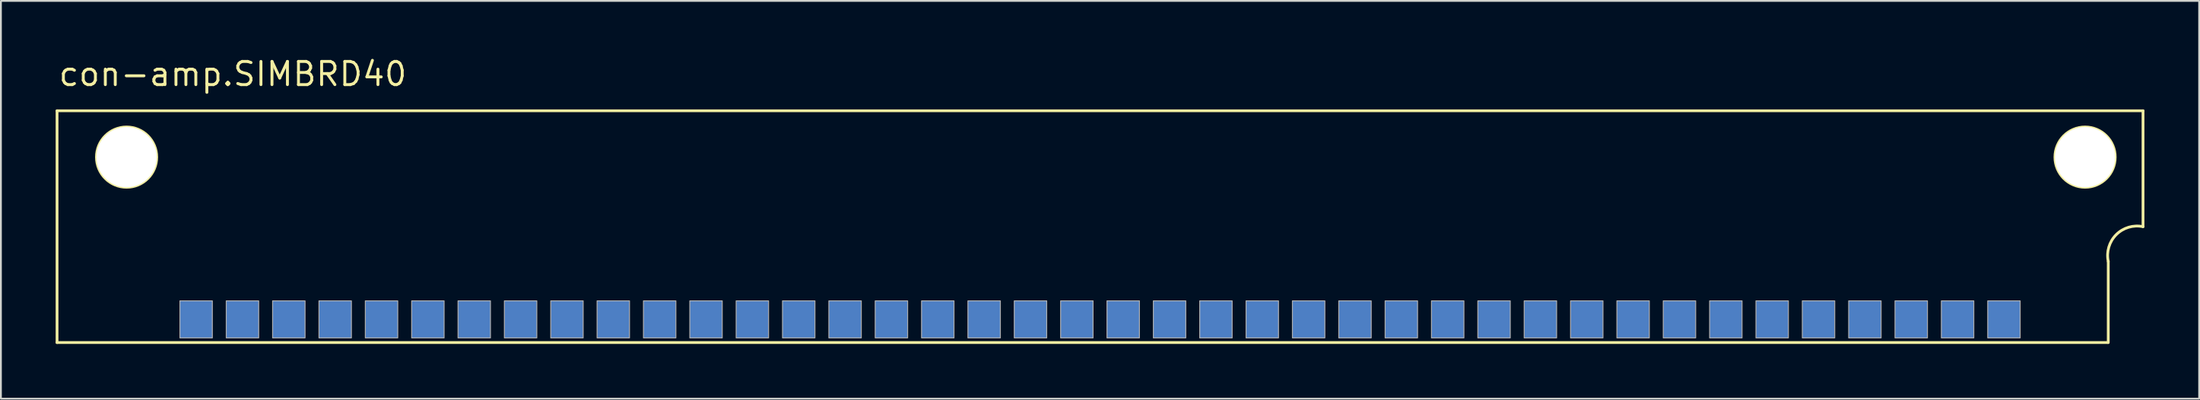
<source format=kicad_pcb>
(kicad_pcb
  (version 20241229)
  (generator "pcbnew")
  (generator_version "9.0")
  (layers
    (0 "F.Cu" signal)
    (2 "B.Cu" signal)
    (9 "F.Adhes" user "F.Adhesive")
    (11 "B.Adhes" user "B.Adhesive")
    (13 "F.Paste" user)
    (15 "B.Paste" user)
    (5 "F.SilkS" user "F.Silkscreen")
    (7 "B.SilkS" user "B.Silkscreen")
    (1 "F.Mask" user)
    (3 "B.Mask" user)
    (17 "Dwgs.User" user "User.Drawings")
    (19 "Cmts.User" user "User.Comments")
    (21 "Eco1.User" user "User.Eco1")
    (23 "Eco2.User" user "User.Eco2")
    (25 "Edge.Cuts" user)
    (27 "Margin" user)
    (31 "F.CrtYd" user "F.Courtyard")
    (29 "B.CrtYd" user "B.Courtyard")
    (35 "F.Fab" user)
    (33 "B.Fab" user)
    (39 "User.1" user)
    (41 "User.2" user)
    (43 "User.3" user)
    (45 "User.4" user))
  (footprint "con-amp.SIMBRD40"
    (layer "B.Cu")
    (at 57.226 8.1)
    (property "Reference" "con-amp.SIMBRD40" (at -57.15 -6.35 0) (layer "F.SilkS") (effects (font (size 1.27 1.27) (thickness 0.16)) (justify left bottom)))
    (attr smd)
    (fp_line (start -57.15 -5.08) (end -57.15 7.62) (stroke (width 0.152) (type default)) (layer "F.SilkS"))
    (fp_line (start -57.15 -5.08) (end 57.15 -5.08) (stroke (width 0.152) (type default)) (layer "F.SilkS"))
    (fp_line (start -57.15 7.62) (end 55.22 7.62) (stroke (width 0.152) (type default)) (layer "F.SilkS"))
    (fp_line (start 55.245 7.62) (end 55.245 3.175) (stroke (width 0.152) (type default)) (layer "F.SilkS"))
    (fp_line (start 57.15 -5.08) (end 57.15 1.27) (stroke (width 0.152) (type default)) (layer "F.SilkS"))
    (fp_arc (start 55.245 3.175) (mid 55.682033 1.707033) (end 57.15 1.27) (stroke (width 0.1524) (type default)) (layer "F.SilkS"))
    (fp_circle (center -53.34 -2.54) (end -51.689 -2.54) (stroke (width 0.152) (type default)) (fill no) (layer "F.SilkS"))
    (fp_circle (center 53.975 -2.54) (end 55.626 -2.54) (stroke (width 0.152) (type default)) (fill no) (layer "F.SilkS"))
    (fp_rect (start -50.419 7.366) (end -48.641 5.334) (stroke (width 0.05) (type default)) (fill no) (layer "F.Fab"))
    (fp_rect (start -47.879 7.366) (end -46.101 5.334) (stroke (width 0.05) (type default)) (fill no) (layer "F.Fab"))
    (fp_rect (start -45.339 7.366) (end -43.561 5.334) (stroke (width 0.05) (type default)) (fill no) (layer "F.Fab"))
    (fp_rect (start -42.799 7.366) (end -41.021 5.334) (stroke (width 0.05) (type default)) (fill no) (layer "F.Fab"))
    (fp_rect (start -40.259 7.366) (end -38.481 5.334) (stroke (width 0.05) (type default)) (fill no) (layer "F.Fab"))
    (fp_rect (start -37.719 7.366) (end -35.941 5.334) (stroke (width 0.05) (type default)) (fill no) (layer "F.Fab"))
    (fp_rect (start -35.179 7.366) (end -33.401 5.334) (stroke (width 0.05) (type default)) (fill no) (layer "F.Fab"))
    (fp_rect (start -32.639 7.366) (end -30.861 5.334) (stroke (width 0.05) (type default)) (fill no) (layer "F.Fab"))
    (fp_rect (start -30.099 7.366) (end -28.321 5.334) (stroke (width 0.05) (type default)) (fill no) (layer "F.Fab"))
    (fp_rect (start -27.559 7.366) (end -25.781 5.334) (stroke (width 0.05) (type default)) (fill no) (layer "F.Fab"))
    (fp_rect (start -25.019 7.366) (end -23.241 5.334) (stroke (width 0.05) (type default)) (fill no) (layer "F.Fab"))
    (fp_rect (start -22.479 7.366) (end -20.701 5.334) (stroke (width 0.05) (type default)) (fill no) (layer "F.Fab"))
    (fp_rect (start -19.939 7.366) (end -18.161 5.334) (stroke (width 0.05) (type default)) (fill no) (layer "F.Fab"))
    (fp_rect (start -17.399 7.366) (end -15.621 5.334) (stroke (width 0.05) (type default)) (fill no) (layer "F.Fab"))
    (fp_rect (start -14.859 7.366) (end -13.081 5.334) (stroke (width 0.05) (type default)) (fill no) (layer "F.Fab"))
    (fp_rect (start -12.319 7.366) (end -10.541 5.334) (stroke (width 0.05) (type default)) (fill no) (layer "F.Fab"))
    (fp_rect (start -9.779 7.366) (end -8.001 5.334) (stroke (width 0.05) (type default)) (fill no) (layer "F.Fab"))
    (fp_rect (start -7.239 7.366) (end -5.461 5.334) (stroke (width 0.05) (type default)) (fill no) (layer "F.Fab"))
    (fp_rect (start -4.699 7.366) (end -2.921 5.334) (stroke (width 0.05) (type default)) (fill no) (layer "F.Fab"))
    (fp_rect (start -2.159 7.366) (end -0.381 5.334) (stroke (width 0.05) (type default)) (fill no) (layer "F.Fab"))
    (fp_rect (start 0.381 7.366) (end 2.159 5.334) (stroke (width 0.05) (type default)) (fill no) (layer "F.Fab"))
    (fp_rect (start 2.921 7.366) (end 4.699 5.334) (stroke (width 0.05) (type default)) (fill no) (layer "F.Fab"))
    (fp_rect (start 5.461 7.366) (end 7.239 5.334) (stroke (width 0.05) (type default)) (fill no) (layer "F.Fab"))
    (fp_rect (start 8.001 7.366) (end 9.779 5.334) (stroke (width 0.05) (type default)) (fill no) (layer "F.Fab"))
    (fp_rect (start 10.541 7.366) (end 12.319 5.334) (stroke (width 0.05) (type default)) (fill no) (layer "F.Fab"))
    (fp_rect (start 13.081 7.366) (end 14.859 5.334) (stroke (width 0.05) (type default)) (fill no) (layer "F.Fab"))
    (fp_rect (start 15.621 7.366) (end 17.399 5.334) (stroke (width 0.05) (type default)) (fill no) (layer "F.Fab"))
    (fp_rect (start 18.161 7.366) (end 19.939 5.334) (stroke (width 0.05) (type default)) (fill no) (layer "F.Fab"))
    (fp_rect (start 20.701 7.366) (end 22.479 5.334) (stroke (width 0.05) (type default)) (fill no) (layer "F.Fab"))
    (fp_rect (start 23.241 7.366) (end 25.019 5.334) (stroke (width 0.05) (type default)) (fill no) (layer "F.Fab"))
    (fp_rect (start 25.781 7.366) (end 27.559 5.334) (stroke (width 0.05) (type default)) (fill no) (layer "F.Fab"))
    (fp_rect (start 28.321 7.366) (end 30.099 5.334) (stroke (width 0.05) (type default)) (fill no) (layer "F.Fab"))
    (fp_rect (start 30.861 7.366) (end 32.639 5.334) (stroke (width 0.05) (type default)) (fill no) (layer "F.Fab"))
    (fp_rect (start 33.401 7.366) (end 35.179 5.334) (stroke (width 0.05) (type default)) (fill no) (layer "F.Fab"))
    (fp_rect (start 35.941 7.366) (end 37.719 5.334) (stroke (width 0.05) (type default)) (fill no) (layer "F.Fab"))
    (fp_rect (start 38.481 7.366) (end 40.259 5.334) (stroke (width 0.05) (type default)) (fill no) (layer "F.Fab"))
    (fp_rect (start 41.021 7.366) (end 42.799 5.334) (stroke (width 0.05) (type default)) (fill no) (layer "F.Fab"))
    (fp_rect (start 43.561 7.366) (end 45.339 5.334) (stroke (width 0.05) (type default)) (fill no) (layer "F.Fab"))
    (fp_rect (start 46.101 7.366) (end 47.879 5.334) (stroke (width 0.05) (type default)) (fill no) (layer "F.Fab"))
    (fp_rect (start 48.641 7.366) (end 50.419 5.334) (stroke (width 0.05) (type default)) (fill no) (layer "F.Fab"))
    (pad "" np_thru_hole circle (at -53.34 -2.54) (size 3.302 3.302) (drill 3.302) (layers "*.Cu" "*.Mask"))
    (pad "" np_thru_hole circle (at 53.975 -2.54) (size 3.302 3.302) (drill 3.302) (layers "*.Cu" "*.Mask"))
    (pad "1B" smd roundrect (at 49.53 6.35) (size 1.778 2.032) (layers "B.Cu" "B.Mask" "B.Paste") (roundrect_rratio 0.01))
    (pad "1T" smd roundrect (at 49.53 6.35) (size 1.778 2.032) (layers "F.Cu" "F.Mask" "F.Paste") (roundrect_rratio 0.01))
    (pad "2B" smd roundrect (at 46.99 6.35) (size 1.778 2.032) (layers "B.Cu" "B.Mask" "B.Paste") (roundrect_rratio 0.01))
    (pad "2T" smd roundrect (at 46.99 6.35) (size 1.778 2.032) (layers "F.Cu" "F.Mask" "F.Paste") (roundrect_rratio 0.01))
    (pad "3B" smd roundrect (at 44.45 6.35) (size 1.778 2.032) (layers "B.Cu" "B.Mask" "B.Paste") (roundrect_rratio 0.01))
    (pad "3T" smd roundrect (at 44.45 6.35) (size 1.778 2.032) (layers "F.Cu" "F.Mask" "F.Paste") (roundrect_rratio 0.01))
    (pad "4B" smd roundrect (at 41.91 6.35) (size 1.778 2.032) (layers "B.Cu" "B.Mask" "B.Paste") (roundrect_rratio 0.01))
    (pad "4T" smd roundrect (at 41.91 6.35) (size 1.778 2.032) (layers "F.Cu" "F.Mask" "F.Paste") (roundrect_rratio 0.01))
    (pad "5B" smd roundrect (at 39.37 6.35) (size 1.778 2.032) (layers "B.Cu" "B.Mask" "B.Paste") (roundrect_rratio 0.01))
    (pad "5T" smd roundrect (at 39.37 6.35) (size 1.778 2.032) (layers "F.Cu" "F.Mask" "F.Paste") (roundrect_rratio 0.01))
    (pad "6B" smd roundrect (at 36.83 6.35) (size 1.778 2.032) (layers "B.Cu" "B.Mask" "B.Paste") (roundrect_rratio 0.01))
    (pad "6T" smd roundrect (at 36.83 6.35) (size 1.778 2.032) (layers "F.Cu" "F.Mask" "F.Paste") (roundrect_rratio 0.01))
    (pad "7B" smd roundrect (at 34.29 6.35) (size 1.778 2.032) (layers "B.Cu" "B.Mask" "B.Paste") (roundrect_rratio 0.01))
    (pad "7T" smd roundrect (at 34.29 6.35) (size 1.778 2.032) (layers "F.Cu" "F.Mask" "F.Paste") (roundrect_rratio 0.01))
    (pad "8B" smd roundrect (at 31.75 6.35) (size 1.778 2.032) (layers "B.Cu" "B.Mask" "B.Paste") (roundrect_rratio 0.01))
    (pad "8T" smd roundrect (at 31.75 6.35) (size 1.778 2.032) (layers "F.Cu" "F.Mask" "F.Paste") (roundrect_rratio 0.01))
    (pad "9B" smd roundrect (at 29.21 6.35) (size 1.778 2.032) (layers "B.Cu" "B.Mask" "B.Paste") (roundrect_rratio 0.01))
    (pad "9T" smd roundrect (at 29.21 6.35) (size 1.778 2.032) (layers "F.Cu" "F.Mask" "F.Paste") (roundrect_rratio 0.01))
    (pad "10B" smd roundrect (at 26.67 6.35) (size 1.778 2.032) (layers "B.Cu" "B.Mask" "B.Paste") (roundrect_rratio 0.01))
    (pad "10T" smd roundrect (at 26.67 6.35) (size 1.778 2.032) (layers "F.Cu" "F.Mask" "F.Paste") (roundrect_rratio 0.01))
    (pad "11B" smd roundrect (at 24.13 6.35) (size 1.778 2.032) (layers "B.Cu" "B.Mask" "B.Paste") (roundrect_rratio 0.01))
    (pad "11T" smd roundrect (at 24.13 6.35) (size 1.778 2.032) (layers "F.Cu" "F.Mask" "F.Paste") (roundrect_rratio 0.01))
    (pad "12B" smd roundrect (at 21.59 6.35) (size 1.778 2.032) (layers "B.Cu" "B.Mask" "B.Paste") (roundrect_rratio 0.01))
    (pad "12T" smd roundrect (at 21.59 6.35) (size 1.778 2.032) (layers "F.Cu" "F.Mask" "F.Paste") (roundrect_rratio 0.01))
    (pad "13B" smd roundrect (at 19.05 6.35) (size 1.778 2.032) (layers "B.Cu" "B.Mask" "B.Paste") (roundrect_rratio 0.01))
    (pad "13T" smd roundrect (at 19.05 6.35) (size 1.778 2.032) (layers "F.Cu" "F.Mask" "F.Paste") (roundrect_rratio 0.01))
    (pad "14B" smd roundrect (at 16.51 6.35) (size 1.778 2.032) (layers "B.Cu" "B.Mask" "B.Paste") (roundrect_rratio 0.01))
    (pad "14T" smd roundrect (at 16.51 6.35) (size 1.778 2.032) (layers "F.Cu" "F.Mask" "F.Paste") (roundrect_rratio 0.01))
    (pad "15B" smd roundrect (at 13.97 6.35) (size 1.778 2.032) (layers "B.Cu" "B.Mask" "B.Paste") (roundrect_rratio 0.01))
    (pad "15T" smd roundrect (at 13.97 6.35) (size 1.778 2.032) (layers "F.Cu" "F.Mask" "F.Paste") (roundrect_rratio 0.01))
    (pad "16B" smd roundrect (at 11.43 6.35) (size 1.778 2.032) (layers "B.Cu" "B.Mask" "B.Paste") (roundrect_rratio 0.01))
    (pad "16T" smd roundrect (at 11.43 6.35) (size 1.778 2.032) (layers "F.Cu" "F.Mask" "F.Paste") (roundrect_rratio 0.01))
    (pad "17B" smd roundrect (at 8.89 6.35) (size 1.778 2.032) (layers "B.Cu" "B.Mask" "B.Paste") (roundrect_rratio 0.01))
    (pad "17T" smd roundrect (at 8.89 6.35) (size 1.778 2.032) (layers "F.Cu" "F.Mask" "F.Paste") (roundrect_rratio 0.01))
    (pad "18B" smd roundrect (at 6.35 6.35) (size 1.778 2.032) (layers "B.Cu" "B.Mask" "B.Paste") (roundrect_rratio 0.01))
    (pad "18T" smd roundrect (at 6.35 6.35) (size 1.778 2.032) (layers "F.Cu" "F.Mask" "F.Paste") (roundrect_rratio 0.01))
    (pad "19B" smd roundrect (at 3.81 6.35) (size 1.778 2.032) (layers "B.Cu" "B.Mask" "B.Paste") (roundrect_rratio 0.01))
    (pad "19T" smd roundrect (at 3.81 6.35) (size 1.778 2.032) (layers "F.Cu" "F.Mask" "F.Paste") (roundrect_rratio 0.01))
    (pad "20B" smd roundrect (at 1.27 6.35) (size 1.778 2.032) (layers "B.Cu" "B.Mask" "B.Paste") (roundrect_rratio 0.01))
    (pad "20T" smd roundrect (at 1.27 6.35) (size 1.778 2.032) (layers "F.Cu" "F.Mask" "F.Paste") (roundrect_rratio 0.01))
    (pad "21B" smd roundrect (at -1.27 6.35) (size 1.778 2.032) (layers "B.Cu" "B.Mask" "B.Paste") (roundrect_rratio 0.01))
    (pad "21T" smd roundrect (at -1.27 6.35) (size 1.778 2.032) (layers "F.Cu" "F.Mask" "F.Paste") (roundrect_rratio 0.01))
    (pad "22B" smd roundrect (at -3.81 6.35) (size 1.778 2.032) (layers "B.Cu" "B.Mask" "B.Paste") (roundrect_rratio 0.01))
    (pad "22T" smd roundrect (at -3.81 6.35) (size 1.778 2.032) (layers "F.Cu" "F.Mask" "F.Paste") (roundrect_rratio 0.01))
    (pad "23B" smd roundrect (at -6.35 6.35) (size 1.778 2.032) (layers "B.Cu" "B.Mask" "B.Paste") (roundrect_rratio 0.01))
    (pad "23T" smd roundrect (at -6.35 6.35) (size 1.778 2.032) (layers "F.Cu" "F.Mask" "F.Paste") (roundrect_rratio 0.01))
    (pad "24B" smd roundrect (at -8.89 6.35) (size 1.778 2.032) (layers "B.Cu" "B.Mask" "B.Paste") (roundrect_rratio 0.01))
    (pad "24T" smd roundrect (at -8.89 6.35) (size 1.778 2.032) (layers "F.Cu" "F.Mask" "F.Paste") (roundrect_rratio 0.01))
    (pad "25B" smd roundrect (at -11.43 6.35) (size 1.778 2.032) (layers "B.Cu" "B.Mask" "B.Paste") (roundrect_rratio 0.01))
    (pad "25T" smd roundrect (at -11.43 6.35) (size 1.778 2.032) (layers "F.Cu" "F.Mask" "F.Paste") (roundrect_rratio 0.01))
    (pad "26B" smd roundrect (at -13.97 6.35) (size 1.778 2.032) (layers "B.Cu" "B.Mask" "B.Paste") (roundrect_rratio 0.01))
    (pad "26T" smd roundrect (at -13.97 6.35) (size 1.778 2.032) (layers "F.Cu" "F.Mask" "F.Paste") (roundrect_rratio 0.01))
    (pad "27B" smd roundrect (at -16.51 6.35) (size 1.778 2.032) (layers "B.Cu" "B.Mask" "B.Paste") (roundrect_rratio 0.01))
    (pad "27T" smd roundrect (at -16.51 6.35) (size 1.778 2.032) (layers "F.Cu" "F.Mask" "F.Paste") (roundrect_rratio 0.01))
    (pad "28B" smd roundrect (at -19.05 6.35) (size 1.778 2.032) (layers "B.Cu" "B.Mask" "B.Paste") (roundrect_rratio 0.01))
    (pad "28T" smd roundrect (at -19.05 6.35) (size 1.778 2.032) (layers "F.Cu" "F.Mask" "F.Paste") (roundrect_rratio 0.01))
    (pad "29B" smd roundrect (at -21.59 6.35) (size 1.778 2.032) (layers "B.Cu" "B.Mask" "B.Paste") (roundrect_rratio 0.01))
    (pad "29T" smd roundrect (at -21.59 6.35) (size 1.778 2.032) (layers "F.Cu" "F.Mask" "F.Paste") (roundrect_rratio 0.01))
    (pad "30B" smd roundrect (at -24.13 6.35) (size 1.778 2.032) (layers "B.Cu" "B.Mask" "B.Paste") (roundrect_rratio 0.01))
    (pad "30T" smd roundrect (at -24.13 6.35) (size 1.778 2.032) (layers "F.Cu" "F.Mask" "F.Paste") (roundrect_rratio 0.01))
    (pad "31B" smd roundrect (at -26.67 6.35) (size 1.778 2.032) (layers "B.Cu" "B.Mask" "B.Paste") (roundrect_rratio 0.01))
    (pad "31T" smd roundrect (at -26.67 6.35) (size 1.778 2.032) (layers "F.Cu" "F.Mask" "F.Paste") (roundrect_rratio 0.01))
    (pad "32B" smd roundrect (at -29.21 6.35) (size 1.778 2.032) (layers "B.Cu" "B.Mask" "B.Paste") (roundrect_rratio 0.01))
    (pad "32T" smd roundrect (at -29.21 6.35) (size 1.778 2.032) (layers "F.Cu" "F.Mask" "F.Paste") (roundrect_rratio 0.01))
    (pad "33B" smd roundrect (at -31.75 6.35) (size 1.778 2.032) (layers "B.Cu" "B.Mask" "B.Paste") (roundrect_rratio 0.01))
    (pad "33T" smd roundrect (at -31.75 6.35) (size 1.778 2.032) (layers "F.Cu" "F.Mask" "F.Paste") (roundrect_rratio 0.01))
    (pad "34B" smd roundrect (at -34.29 6.35) (size 1.778 2.032) (layers "B.Cu" "B.Mask" "B.Paste") (roundrect_rratio 0.01))
    (pad "34T" smd roundrect (at -34.29 6.35) (size 1.778 2.032) (layers "F.Cu" "F.Mask" "F.Paste") (roundrect_rratio 0.01))
    (pad "35B" smd roundrect (at -36.83 6.35) (size 1.778 2.032) (layers "B.Cu" "B.Mask" "B.Paste") (roundrect_rratio 0.01))
    (pad "35T" smd roundrect (at -36.83 6.35) (size 1.778 2.032) (layers "F.Cu" "F.Mask" "F.Paste") (roundrect_rratio 0.01))
    (pad "36B" smd roundrect (at -39.37 6.35) (size 1.778 2.032) (layers "B.Cu" "B.Mask" "B.Paste") (roundrect_rratio 0.01))
    (pad "36T" smd roundrect (at -39.37 6.35) (size 1.778 2.032) (layers "F.Cu" "F.Mask" "F.Paste") (roundrect_rratio 0.01))
    (pad "37B" smd roundrect (at -41.91 6.35) (size 1.778 2.032) (layers "B.Cu" "B.Mask" "B.Paste") (roundrect_rratio 0.01))
    (pad "37T" smd roundrect (at -41.91 6.35) (size 1.778 2.032) (layers "F.Cu" "F.Mask" "F.Paste") (roundrect_rratio 0.01))
    (pad "38B" smd roundrect (at -44.45 6.35) (size 1.778 2.032) (layers "B.Cu" "B.Mask" "B.Paste") (roundrect_rratio 0.01))
    (pad "38T" smd roundrect (at -44.45 6.35) (size 1.778 2.032) (layers "F.Cu" "F.Mask" "F.Paste") (roundrect_rratio 0.01))
    (pad "39B" smd roundrect (at -46.99 6.35) (size 1.778 2.032) (layers "B.Cu" "B.Mask" "B.Paste") (roundrect_rratio 0.01))
    (pad "39T" smd roundrect (at -46.99 6.35) (size 1.778 2.032) (layers "F.Cu" "F.Mask" "F.Paste") (roundrect_rratio 0.01))
    (pad "40B" smd roundrect (at -49.53 6.35) (size 1.778 2.032) (layers "B.Cu" "B.Mask" "B.Paste") (roundrect_rratio 0.01))
    (pad "40T" smd roundrect (at -49.53 6.35) (size 1.778 2.032) (layers "F.Cu" "F.Mask" "F.Paste") (roundrect_rratio 0.01)))
  (gr_rect
    (start -3 -3)
    (end 117.452 18.796)
    (stroke (width 0.1) (type default))
    (fill no)
    (layer "Edge.Cuts")))
</source>
